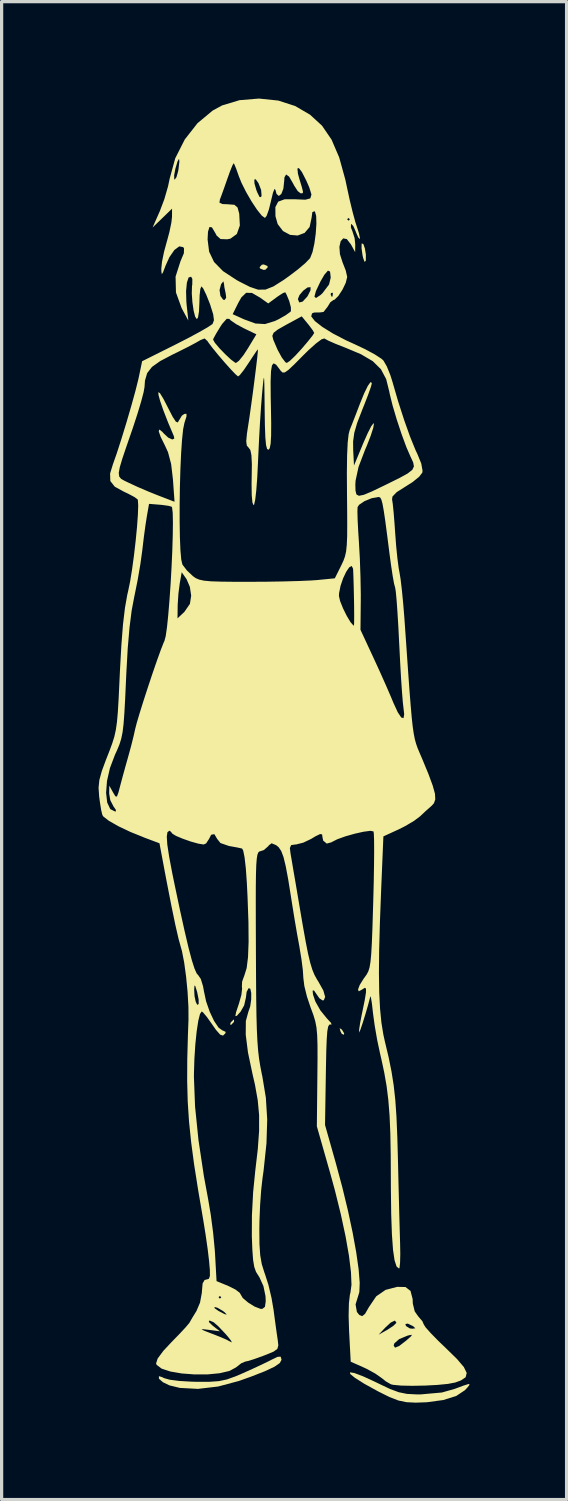
<source format=kicad_pcb>
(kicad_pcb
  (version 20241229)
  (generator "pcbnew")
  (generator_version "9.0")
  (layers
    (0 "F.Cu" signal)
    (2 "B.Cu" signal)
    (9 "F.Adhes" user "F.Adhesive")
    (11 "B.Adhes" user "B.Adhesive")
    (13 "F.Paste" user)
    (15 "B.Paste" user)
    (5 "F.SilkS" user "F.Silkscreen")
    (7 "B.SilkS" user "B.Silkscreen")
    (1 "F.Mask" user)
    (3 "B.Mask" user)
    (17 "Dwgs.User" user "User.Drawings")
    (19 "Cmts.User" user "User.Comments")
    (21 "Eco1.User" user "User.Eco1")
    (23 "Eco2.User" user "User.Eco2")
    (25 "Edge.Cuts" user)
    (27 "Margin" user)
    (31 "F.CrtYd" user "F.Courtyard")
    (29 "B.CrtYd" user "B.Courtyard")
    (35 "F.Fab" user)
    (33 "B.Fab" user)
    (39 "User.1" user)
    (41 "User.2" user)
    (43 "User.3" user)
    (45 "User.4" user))
  (footprint "lintilla"
    (layer "F.Cu")
    (at 5.745 19.696)
    (property "Reference" "lintilla" (at 0 0 0) (layer "F.SilkS") (effects (font (size 1.5 1.5) (thickness 0.3))))
    (attr board_only exclude_from_pos_files exclude_from_bom)
    (fp_poly (pts (xy 1.777 9.11) (xy 1.789 9.121) (xy 1.855 9.232) (xy 1.846 9.273) (xy 1.783 9.248) (xy 1.741 9.169) (xy 1.715 9.07)) (stroke (width 0) (type solid)) (fill yes) (layer "F.SilkS"))
    (fp_poly (pts (xy -1.551 8.86) (xy -1.566 8.89) (xy -1.646 8.971) (xy -1.661 8.975) (xy -1.667 8.92) (xy -1.651 8.89) (xy -1.571 8.809) (xy -1.556 8.805)) (stroke (width 0) (type solid)) (fill yes) (layer "F.SilkS"))
    (fp_poly (pts (xy -0.522 -14.517) (xy -0.508 -14.478) (xy -0.577 -14.403) (xy -0.635 -14.393) (xy -0.748 -14.439) (xy -0.762 -14.478) (xy -0.693 -14.553) (xy -0.635 -14.563)) (stroke (width 0) (type solid)) (fill yes) (layer "F.SilkS"))
    (fp_poly (pts (xy 2.452 -15.188) (xy 2.498 -15.052) (xy 2.527 -14.868) (xy 2.526 -14.698) (xy 2.522 -14.675) (xy 2.488 -14.64) (xy 2.444 -14.759) (xy 2.424 -14.846) (xy 2.393 -15.064) (xy 2.396 -15.201) (xy 2.403 -15.216)) (stroke (width 0) (type solid)) (fill yes) (layer "F.SilkS"))
    (fp_poly (pts (xy 2.173 19.743) (xy 2.449 19.848) (xy 2.866 20.041) (xy 2.92 20.068) (xy 3.274 20.236) (xy 3.546 20.337) (xy 3.798 20.388) (xy 4.095 20.404) (xy 4.21 20.405) (xy 4.88 20.345) (xy 5.27 20.235) (xy 5.558 20.128) (xy 5.707 20.082) (xy 5.739 20.101) (xy 5.672 20.188) (xy 5.593 20.273) (xy 5.326 20.451) (xy 4.923 20.578) (xy 4.409 20.647) (xy 4.067 20.659) (xy 3.785 20.645) (xy 3.534 20.593) (xy 3.254 20.484) (xy 2.907 20.311) (xy 2.477 20.074) (xy 2.189 19.892) (xy 2.042 19.772) (xy 2.037 19.72)) (stroke (width 0) (type solid)) (fill yes) (layer "F.SilkS"))
    (fp_poly (pts (xy -0.085 19.318) (xy -0.085 19.337) (xy -0.137 19.434) (xy -0.304 19.549) (xy -0.598 19.687) (xy -1.034 19.857) (xy -1.402 19.988) (xy -2.045 20.16) (xy -2.668 20.233) (xy -3.229 20.203) (xy -3.55 20.125) (xy -3.752 20.028) (xy -3.871 19.924) (xy -3.877 19.91) (xy -3.878 19.84) (xy -3.783 19.867) (xy -3.719 19.9) (xy -3.544 19.949) (xy -3.245 19.988) (xy -2.868 20.01) (xy -2.713 20.014) (xy -2.313 20.014) (xy -2.021 19.993) (xy -1.774 19.941) (xy -1.509 19.846) (xy -1.268 19.743) (xy -0.938 19.594) (xy -0.642 19.455) (xy -0.434 19.353) (xy -0.41 19.34) (xy -0.208 19.242) (xy -0.112 19.235)) (stroke (width 0) (type solid)) (fill yes) (layer "F.SilkS"))
    (fp_poly (pts (xy -0.183 -19.634) (xy 0.339 -19.465) (xy 0.799 -19.197) (xy 1.17 -18.857) (xy 1.466 -18.423) (xy 1.702 -17.873) (xy 1.892 -17.184) (xy 1.937 -16.972) (xy 2.025 -16.565) (xy 2.119 -16.177) (xy 2.204 -15.866) (xy 2.24 -15.756) (xy 2.312 -15.529) (xy 2.343 -15.379) (xy 2.339 -15.349) (xy 2.293 -15.396) (xy 2.222 -15.555) (xy 2.211 -15.588) (xy 2.136 -15.756) (xy 2.074 -15.815) (xy 2.067 -15.811) (xy 2.064 -15.708) (xy 2.11 -15.591) (xy 2.179 -15.375) (xy 2.198 -15.182) (xy 2.195 -14.944) (xy 2.065 -15.182) (xy 1.937 -15.347) (xy 1.827 -15.37) (xy 1.747 -15.281) (xy 1.708 -15.108) (xy 1.725 -14.878) (xy 1.808 -14.62) (xy 1.814 -14.606) (xy 1.904 -14.375) (xy 1.947 -14.184) (xy 1.947 -14.169) (xy 1.905 -13.995) (xy 1.803 -13.783) (xy 1.676 -13.589) (xy 1.559 -13.473) (xy 1.523 -13.462) (xy 1.428 -13.393) (xy 1.339 -13.249) (xy 1.217 -13.093) (xy 1.108 -13.078) (xy 0.924 -13.075) (xy 0.86 -13.048) (xy 0.836 -12.955) (xy 0.947 -12.812) (xy 1.176 -12.632) (xy 1.502 -12.429) (xy 1.905 -12.219) (xy 2.159 -12.103) (xy 2.505 -11.94) (xy 2.803 -11.779) (xy 3.011 -11.643) (xy 3.07 -11.589) (xy 3.175 -11.408) (xy 3.286 -11.133) (xy 3.349 -10.933) (xy 3.524 -10.329) (xy 3.711 -9.749) (xy 3.895 -9.232) (xy 4.062 -8.822) (xy 4.122 -8.694) (xy 4.241 -8.403) (xy 4.281 -8.177) (xy 4.273 -8.12) (xy 4.174 -7.991) (xy 3.971 -7.827) (xy 3.758 -7.692) (xy 3.482 -7.517) (xy 3.35 -7.381) (xy 3.337 -7.293) (xy 3.359 -7.154) (xy 3.386 -6.888) (xy 3.414 -6.538) (xy 3.433 -6.265) (xy 3.464 -5.853) (xy 3.503 -5.466) (xy 3.543 -5.16) (xy 3.566 -5.038) (xy 3.601 -4.825) (xy 3.641 -4.488) (xy 3.682 -4.07) (xy 3.719 -3.615) (xy 3.723 -3.556) (xy 3.784 -2.687) (xy 3.834 -1.969) (xy 3.876 -1.385) (xy 3.913 -0.918) (xy 3.945 -0.55) (xy 3.976 -0.265) (xy 4.008 -0.044) (xy 4.042 0.13) (xy 4.082 0.273) (xy 4.128 0.404) (xy 4.185 0.54) (xy 4.253 0.698) (xy 4.268 0.733) (xy 4.466 1.213) (xy 4.596 1.566) (xy 4.665 1.816) (xy 4.675 1.989) (xy 4.634 2.109) (xy 4.565 2.186) (xy 4.378 2.352) (xy 4.201 2.518) (xy 4.014 2.658) (xy 3.741 2.819) (xy 3.536 2.922) (xy 3.069 3.136) (xy 2.999 4.806) (xy 2.961 5.804) (xy 2.938 6.651) (xy 2.931 7.366) (xy 2.94 7.967) (xy 2.966 8.473) (xy 3.008 8.901) (xy 3.068 9.27) (xy 3.115 9.483) (xy 3.231 9.97) (xy 3.32 10.411) (xy 3.388 10.842) (xy 3.438 11.298) (xy 3.474 11.817) (xy 3.5 12.436) (xy 3.519 13.123) (xy 3.533 13.722) (xy 3.548 14.319) (xy 3.562 14.874) (xy 3.575 15.346) (xy 3.585 15.694) (xy 3.586 15.727) (xy 3.592 16.067) (xy 3.585 16.333) (xy 3.568 16.487) (xy 3.555 16.51) (xy 3.478 16.448) (xy 3.415 16.256) (xy 3.367 15.928) (xy 3.333 15.455) (xy 3.311 14.83) (xy 3.301 14.046) (xy 3.3 13.791) (xy 3.296 12.991) (xy 3.284 12.33) (xy 3.26 11.775) (xy 3.222 11.295) (xy 3.168 10.86) (xy 3.094 10.437) (xy 2.999 9.995) (xy 2.968 9.864) (xy 2.878 9.442) (xy 2.799 8.986) (xy 2.746 8.595) (xy 2.746 8.594) (xy 2.715 8.317) (xy 2.686 8.134) (xy 2.667 8.081) (xy 2.666 8.086) (xy 2.593 8.361) (xy 2.508 8.653) (xy 2.425 8.92) (xy 2.358 9.117) (xy 2.319 9.202) (xy 2.316 9.202) (xy 2.319 9.112) (xy 2.351 8.901) (xy 2.407 8.613) (xy 2.413 8.588) (xy 2.491 8.206) (xy 2.53 7.966) (xy 2.531 7.846) (xy 2.492 7.822) (xy 2.415 7.872) (xy 2.413 7.874) (xy 2.307 7.931) (xy 2.284 7.874) (xy 2.338 7.731) (xy 2.464 7.53) (xy 2.49 7.496) (xy 2.553 7.407) (xy 2.603 7.312) (xy 2.641 7.19) (xy 2.67 7.017) (xy 2.693 6.771) (xy 2.712 6.431) (xy 2.73 5.973) (xy 2.748 5.375) (xy 2.755 5.148) (xy 2.77 4.569) (xy 2.779 4.045) (xy 2.783 3.6) (xy 2.781 3.258) (xy 2.773 3.044) (xy 2.763 2.982) (xy 2.664 2.964) (xy 2.454 2.992) (xy 2.182 3.053) (xy 1.896 3.134) (xy 1.645 3.224) (xy 1.477 3.309) (xy 1.464 3.318) (xy 1.316 3.359) (xy 1.206 3.267) (xy 1.185 3.17) (xy 1.173 3.076) (xy 1.112 3.063) (xy 0.966 3.134) (xy 0.828 3.217) (xy 0.59 3.33) (xy 0.372 3.385) (xy 0.349 3.386) (xy 0.214 3.406) (xy 0.175 3.496) (xy 0.195 3.662) (xy 0.226 3.84) (xy 0.278 4.149) (xy 0.347 4.551) (xy 0.425 5.011) (xy 0.465 5.249) (xy 0.574 5.889) (xy 0.663 6.385) (xy 0.737 6.762) (xy 0.804 7.044) (xy 0.868 7.255) (xy 0.935 7.419) (xy 1.013 7.561) (xy 1.062 7.639) (xy 1.211 7.906) (xy 1.267 8.103) (xy 1.226 8.205) (xy 1.188 8.213) (xy 1.089 8.146) (xy 1.012 8.036) (xy 0.921 7.903) (xy 0.879 7.909) (xy 0.891 8.029) (xy 0.962 8.241) (xy 0.964 8.246) (xy 1.118 8.519) (xy 1.318 8.766) (xy 1.329 8.777) (xy 1.448 8.906) (xy 1.464 8.961) (xy 1.439 8.957) (xy 1.394 8.961) (xy 1.36 9.022) (xy 1.334 9.163) (xy 1.316 9.402) (xy 1.302 9.762) (xy 1.292 10.262) (xy 1.288 10.489) (xy 1.263 12.065) (xy 1.598 13.25) (xy 1.799 13.999) (xy 1.974 14.723) (xy 2.118 15.4) (xy 2.229 16.011) (xy 2.303 16.534) (xy 2.336 16.95) (xy 2.325 17.237) (xy 2.294 17.341) (xy 2.208 17.618) (xy 2.249 17.853) (xy 2.323 17.945) (xy 2.413 17.982) (xy 2.501 17.912) (xy 2.618 17.708) (xy 2.621 17.703) (xy 2.847 17.369) (xy 3.136 17.17) (xy 3.492 17.076) (xy 3.752 17.081) (xy 3.908 17.201) (xy 3.974 17.453) (xy 3.979 17.592) (xy 4.039 17.836) (xy 4.149 17.992) (xy 4.275 18.138) (xy 4.318 18.238) (xy 4.376 18.33) (xy 4.535 18.508) (xy 4.768 18.747) (xy 5.004 18.973) (xy 5.346 19.308) (xy 5.559 19.558) (xy 5.647 19.739) (xy 5.615 19.872) (xy 5.468 19.972) (xy 5.291 20.036) (xy 5.065 20.079) (xy 4.735 20.111) (xy 4.351 20.131) (xy 3.963 20.138) (xy 3.62 20.131) (xy 3.372 20.108) (xy 3.302 20.091) (xy 3.144 20) (xy 3.005 19.89) (xy 2.824 19.763) (xy 2.566 19.62) (xy 2.446 19.564) (xy 2.058 19.392) (xy 2.031 18.891) (xy 3.387 18.891) (xy 3.429 18.958) (xy 3.561 18.903) (xy 3.768 18.744) (xy 3.923 18.608) (xy 3.954 18.558) (xy 3.868 18.572) (xy 3.81 18.588) (xy 3.557 18.693) (xy 3.409 18.823) (xy 3.387 18.891) (xy 2.031 18.891) (xy 2.014 18.557) (xy 2.921 18.557) (xy 3.196 18.402) (xy 3.374 18.285) (xy 3.435 18.226) (xy 3.75 18.226) (xy 3.768 18.288) (xy 3.888 18.362) (xy 3.963 18.371) (xy 4.058 18.358) (xy 3.996 18.299) (xy 3.979 18.288) (xy 3.824 18.213) (xy 3.75 18.226) (xy 3.435 18.226) (xy 3.467 18.194) (xy 3.471 18.182) (xy 3.424 18.119) (xy 3.296 18.181) (xy 3.126 18.338) (xy 2.921 18.557) (xy 2.014 18.557) (xy 2.008 18.455) (xy 1.993 17.974) (xy 2.002 17.583) (xy 2.033 17.317) (xy 2.048 17.263) (xy 2.082 17.012) (xy 2.066 16.622) (xy 2.004 16.114) (xy 1.898 15.51) (xy 1.752 14.831) (xy 1.571 14.098) (xy 1.426 13.568) (xy 1.01 12.108) (xy 1.026 10.562) (xy 1.031 10.01) (xy 1.03 9.595) (xy 1.02 9.286) (xy 0.998 9.049) (xy 0.96 8.853) (xy 0.904 8.666) (xy 0.826 8.455) (xy 0.818 8.435) (xy 0.704 8.095) (xy 0.623 7.767) (xy 0.593 7.527) (xy 0.577 7.281) (xy 0.534 6.94) (xy 0.474 6.574) (xy 0.469 6.542) (xy 0.399 6.158) (xy 0.318 5.684) (xy 0.24 5.2) (xy 0.208 4.995) (xy 0.121 4.453) (xy 0.046 4.055) (xy -0.022 3.775) (xy -0.093 3.588) (xy -0.172 3.471) (xy -0.248 3.409) (xy -0.39 3.349) (xy -0.476 3.413) (xy -0.49 3.436) (xy -0.63 3.559) (xy -0.726 3.591) (xy -0.769 3.603) (xy -0.803 3.635) (xy -0.83 3.706) (xy -0.85 3.83) (xy -0.865 4.024) (xy -0.874 4.306) (xy -0.879 4.69) (xy -0.88 5.193) (xy -0.879 5.833) (xy -0.876 6.625) (xy -0.876 6.655) (xy -0.872 7.469) (xy -0.867 8.135) (xy -0.859 8.676) (xy -0.847 9.112) (xy -0.83 9.465) (xy -0.808 9.757) (xy -0.779 10.009) (xy -0.741 10.244) (xy -0.695 10.482) (xy -0.676 10.569) (xy -0.568 11.224) (xy -0.526 11.899) (xy -0.549 12.635) (xy -0.638 13.475) (xy -0.672 13.716) (xy -0.713 14.083) (xy -0.746 14.546) (xy -0.766 15.032) (xy -0.77 15.285) (xy -0.766 15.75) (xy -0.743 16.095) (xy -0.695 16.371) (xy -0.616 16.625) (xy -0.595 16.682) (xy -0.489 17.013) (xy -0.393 17.419) (xy -0.331 17.78) (xy -0.283 18.139) (xy -0.237 18.474) (xy -0.202 18.714) (xy -0.201 18.718) (xy -0.182 18.887) (xy -0.212 18.995) (xy -0.325 19.078) (xy -0.554 19.174) (xy -0.635 19.205) (xy -0.906 19.303) (xy -1.118 19.37) (xy -1.209 19.389) (xy -1.331 19.442) (xy -1.493 19.569) (xy -1.694 19.678) (xy -1.999 19.749) (xy -2.371 19.785) (xy -2.774 19.786) (xy -3.17 19.756) (xy -3.521 19.696) (xy -3.792 19.607) (xy -3.946 19.492) (xy -3.965 19.446) (xy -3.917 19.295) (xy -3.74 19.056) (xy -3.485 18.783) (xy -3.246 18.538) (xy -3.11 18.392) (xy -2.559 18.392) (xy -2.471 18.435) (xy -2.234 18.527) (xy -2.21 18.535) (xy -1.955 18.636) (xy -1.771 18.717) (xy -1.71 18.752) (xy -1.621 18.796) (xy -1.645 18.741) (xy -1.755 18.602) (xy -1.826 18.522) (xy -2.041 18.294) (xy -2.184 18.171) (xy -2.29 18.125) (xy -2.328 18.122) (xy -2.33 18.165) (xy -2.221 18.271) (xy -2.201 18.287) (xy -1.99 18.451) (xy -2.328 18.407) (xy -2.509 18.386) (xy -2.559 18.392) (xy -3.11 18.392) (xy -3.054 18.332) (xy -2.941 18.198) (xy -2.926 18.175) (xy -2.849 18.04) (xy -2.728 17.843) (xy -2.715 17.822) (xy -2.678 17.735) (xy -2.156 17.735) (xy -2.039 17.818) (xy -2.032 17.822) (xy -1.844 17.92) (xy -1.777 17.934) (xy -1.843 17.864) (xy -1.9 17.82) (xy -2.062 17.724) (xy -2.154 17.698) (xy -2.156 17.735) (xy -2.678 17.735) (xy -2.605 17.563) (xy -2.575 17.399) (xy -2.032 17.399) (xy -1.99 17.441) (xy -1.947 17.399) (xy -1.99 17.357) (xy -2.032 17.399) (xy -2.575 17.399) (xy -2.548 17.255) (xy -2.546 17.209) (xy -2.525 16.969) (xy -2.463 16.863) (xy -2.403 16.849) (xy -2.332 16.827) (xy -2.299 16.739) (xy -2.301 16.549) (xy -2.325 16.277) (xy -2.369 15.905) (xy -2.433 15.458) (xy -2.502 15.026) (xy -2.509 14.986) (xy -2.665 14.07) (xy -2.789 13.283) (xy -2.881 12.59) (xy -2.946 11.954) (xy -2.986 11.339) (xy -3.003 10.709) (xy -3 10.028) (xy -2.979 9.26) (xy -2.962 8.805) (xy -2.964 8.416) (xy -2.99 7.956) (xy -2.996 7.888) (xy -2.786 7.888) (xy -2.775 8.083) (xy -2.738 8.253) (xy -2.691 8.349) (xy -2.648 8.325) (xy -2.647 8.322) (xy -2.648 8.182) (xy -2.691 7.968) (xy -2.697 7.945) (xy -2.751 7.769) (xy -2.776 7.748) (xy -2.786 7.871) (xy -2.786 7.888) (xy -2.996 7.888) (xy -3.036 7.479) (xy -3.096 7.037) (xy -3.164 6.686) (xy -3.199 6.562) (xy -3.272 6.296) (xy -3.371 5.865) (xy -3.494 5.269) (xy -3.642 4.51) (xy -3.71 4.151) (xy -3.86 3.349) (xy -4.322 3.176) (xy -4.406 3.141) (xy -3.634 3.141) (xy -3.618 3.387) (xy -3.562 3.757) (xy -3.466 4.267) (xy -3.394 4.618) (xy -3.224 5.424) (xy -3.08 6.076) (xy -2.96 6.585) (xy -2.86 6.964) (xy -2.777 7.224) (xy -2.709 7.377) (xy -2.661 7.432) (xy -2.581 7.549) (xy -2.512 7.774) (xy -2.486 7.919) (xy -2.418 8.238) (xy -2.306 8.561) (xy -2.171 8.847) (xy -2.031 9.055) (xy -1.908 9.143) (xy -1.899 9.144) (xy -1.812 9.185) (xy -1.82 9.229) (xy -1.893 9.301) (xy -1.982 9.271) (xy -2.112 9.123) (xy -2.244 8.934) (xy -2.394 8.723) (xy -2.511 8.584) (xy -2.552 8.553) (xy -2.606 8.631) (xy -2.66 8.847) (xy -2.709 9.169) (xy -2.75 9.568) (xy -2.779 10.011) (xy -2.793 10.468) (xy -2.794 10.583) (xy -2.759 11.494) (xy -2.654 12.528) (xy -2.485 13.654) (xy -2.356 14.351) (xy -2.273 14.843) (xy -2.2 15.399) (xy -2.15 15.921) (xy -2.141 16.048) (xy -2.094 16.898) (xy -1.724 17.051) (xy -1.506 17.16) (xy -1.373 17.263) (xy -1.353 17.302) (xy -1.284 17.419) (xy -1.117 17.561) (xy -0.915 17.687) (xy -0.735 17.756) (xy -0.677 17.758) (xy -0.596 17.693) (xy -0.572 17.518) (xy -0.579 17.362) (xy -0.644 17.05) (xy -0.769 16.775) (xy -0.79 16.744) (xy -0.872 16.614) (xy -0.927 16.459) (xy -0.963 16.242) (xy -0.986 15.927) (xy -1.002 15.506) (xy -0.999 14.856) (xy -0.962 14.148) (xy -0.896 13.487) (xy -0.817 12.808) (xy -0.777 12.248) (xy -0.777 11.762) (xy -0.819 11.303) (xy -0.904 10.825) (xy -0.979 10.499) (xy -1.121 9.825) (xy -1.191 9.271) (xy -1.187 8.848) (xy -1.112 8.572) (xy -1.052 8.398) (xy -1.022 8.184) (xy -1.02 7.984) (xy -1.049 7.851) (xy -1.101 7.832) (xy -1.163 7.947) (xy -1.185 8.124) (xy -1.24 8.367) (xy -1.352 8.563) (xy -1.467 8.689) (xy -1.512 8.697) (xy -1.489 8.574) (xy -1.4 8.307) (xy -1.396 8.294) (xy -1.326 8.044) (xy -1.303 7.845) (xy -1.31 7.796) (xy -1.303 7.631) (xy -1.227 7.421) (xy -1.227 7.42) (xy -1.162 7.211) (xy -1.12 6.873) (xy -1.102 6.399) (xy -1.107 5.779) (xy -1.135 5.004) (xy -1.156 4.577) (xy -1.188 4.125) (xy -1.227 3.783) (xy -1.27 3.572) (xy -1.305 3.512) (xy -1.445 3.481) (xy -1.669 3.44) (xy -1.71 3.433) (xy -1.973 3.342) (xy -2.075 3.214) (xy -2.162 3.067) (xy -2.26 3.085) (xy -2.328 3.217) (xy -2.418 3.355) (xy -2.494 3.387) (xy -2.66 3.36) (xy -2.893 3.295) (xy -3.14 3.208) (xy -3.348 3.121) (xy -3.463 3.051) (xy -3.471 3.035) (xy -3.536 2.965) (xy -3.556 2.963) (xy -3.613 3.005) (xy -3.634 3.141) (xy -4.406 3.141) (xy -4.756 3) (xy -5.133 2.821) (xy -5.423 2.656) (xy -5.596 2.522) (xy -5.627 2.475) (xy -5.663 2.327) (xy -5.703 2.078) (xy -5.727 1.9) (xy -5.734 1.787) (xy -5.512 1.787) (xy -5.478 2.088) (xy -5.382 2.292) (xy -5.225 2.371) (xy -5.219 2.371) (xy -5.206 2.32) (xy -5.279 2.216) (xy -5.382 2.017) (xy -5.416 1.814) (xy -5.413 1.566) (xy -5.297 1.775) (xy -5.225 1.895) (xy -5.177 1.904) (xy -5.131 1.782) (xy -5.085 1.606) (xy -5.008 1.316) (xy -4.908 0.953) (xy -4.83 0.677) (xy -4.738 0.341) (xy -4.659 0.025) (xy -4.616 -0.169) (xy -4.567 -0.362) (xy -4.476 -0.67) (xy -4.355 -1.057) (xy -4.216 -1.485) (xy -4.072 -1.917) (xy -3.934 -2.316) (xy -3.816 -2.643) (xy -3.73 -2.863) (xy -3.706 -2.914) (xy -3.667 -3.061) (xy -3.627 -3.34) (xy -3.599 -3.611) (xy -3.302 -3.611) (xy -3.09 -3.81) (xy -2.918 -4.06) (xy -2.88 -4.306) (xy 1.693 -4.306) (xy 1.729 -4.148) (xy 1.818 -3.925) (xy 1.934 -3.69) (xy 2.051 -3.494) (xy 2.141 -3.392) (xy 2.157 -3.387) (xy 2.163 -3.465) (xy 2.165 -3.677) (xy 2.163 -3.985) (xy 2.159 -4.212) (xy 2.151 -4.578) (xy 2.142 -4.886) (xy 2.134 -5.093) (xy 2.13 -5.148) (xy 2.088 -5.233) (xy 2.011 -5.189) (xy 1.917 -5.05) (xy 1.822 -4.849) (xy 1.743 -4.618) (xy 1.698 -4.392) (xy 1.693 -4.306) (xy -2.88 -4.306) (xy -2.879 -4.314) (xy -2.92 -4.586) (xy -3.021 -4.822) (xy -3.025 -4.828) (xy -3.172 -5.038) (xy -3.232 -4.699) (xy -3.273 -4.383) (xy -3.296 -4.04) (xy -3.297 -3.986) (xy -3.302 -3.611) (xy -3.599 -3.611) (xy -3.588 -3.723) (xy -3.55 -4.181) (xy -3.515 -4.685) (xy -3.486 -5.205) (xy -3.463 -5.713) (xy -3.449 -6.18) (xy -3.444 -6.576) (xy -3.45 -6.873) (xy -3.47 -7.041) (xy -3.481 -7.065) (xy -3.579 -7.093) (xy -3.782 -7.121) (xy -3.849 -7.127) (xy -4.183 -7.154) (xy -4.25 -6.773) (xy -4.293 -6.498) (xy -4.343 -6.13) (xy -4.389 -5.745) (xy -4.392 -5.715) (xy -4.45 -5.297) (xy -4.533 -4.809) (xy -4.626 -4.346) (xy -4.641 -4.276) (xy -4.721 -3.852) (xy -4.787 -3.33) (xy -4.842 -2.69) (xy -4.886 -1.907) (xy -4.894 -1.736) (xy -4.921 -1.141) (xy -4.946 -0.687) (xy -4.971 -0.346) (xy -5.002 -0.088) (xy -5.043 0.114) (xy -5.098 0.289) (xy -5.171 0.466) (xy -5.238 0.612) (xy -5.392 1.019) (xy -5.484 1.421) (xy -5.512 1.787) (xy -5.734 1.787) (xy -5.745 1.635) (xy -5.721 1.394) (xy -5.645 1.116) (xy -5.523 0.785) (xy -5.409 0.494) (xy -5.322 0.259) (xy -5.257 0.051) (xy -5.21 -0.162) (xy -5.175 -0.409) (xy -5.148 -0.719) (xy -5.124 -1.123) (xy -5.099 -1.65) (xy -5.083 -1.992) (xy -5.039 -2.781) (xy -4.989 -3.422) (xy -4.928 -3.935) (xy -4.857 -4.339) (xy -4.832 -4.445) (xy -4.77 -4.743) (xy -4.708 -5.126) (xy -4.649 -5.559) (xy -4.597 -6.009) (xy -4.555 -6.44) (xy -4.528 -6.817) (xy -4.518 -7.106) (xy -4.529 -7.272) (xy -4.536 -7.292) (xy -4.633 -7.364) (xy -4.832 -7.47) (xy -4.958 -7.529) (xy -5.243 -7.685) (xy -5.381 -7.86) (xy -5.388 -8.094) (xy -5.382 -8.113) (xy -5.12 -8.113) (xy -5.107 -8.002) (xy -5.05 -7.93) (xy -4.951 -7.873) (xy -4.812 -7.806) (xy -4.812 -7.806) (xy -4.527 -7.674) (xy -4.173 -7.523) (xy -3.919 -7.421) (xy -3.394 -7.219) (xy -3.443 -7.906) (xy -3.499 -8.386) (xy -3.596 -8.753) (xy -3.693 -8.964) (xy -3.824 -9.229) (xy -3.883 -9.398) (xy -3.866 -9.456) (xy -3.773 -9.384) (xy -3.73 -9.335) (xy -3.588 -9.203) (xy -3.464 -9.146) (xy -3.401 -9.174) (xy -3.415 -9.25) (xy -3.598 -9.683) (xy -3.74 -10.049) (xy -3.839 -10.335) (xy -3.891 -10.527) (xy -3.894 -10.613) (xy -3.845 -10.578) (xy -3.741 -10.41) (xy -3.599 -10.134) (xy -3.451 -9.847) (xy -3.354 -9.699) (xy -3.293 -9.673) (xy -3.264 -9.724) (xy -3.167 -9.883) (xy -3.093 -9.936) (xy -3.025 -9.942) (xy -3.024 -9.861) (xy -3.088 -9.659) (xy -3.128 -9.463) (xy -3.162 -9.137) (xy -3.191 -8.71) (xy -3.213 -8.213) (xy -3.228 -7.676) (xy -3.236 -7.128) (xy -3.236 -6.599) (xy -3.228 -6.12) (xy -3.212 -5.72) (xy -3.186 -5.429) (xy -3.151 -5.277) (xy -3.151 -5.277) (xy -3.01 -5.092) (xy -2.825 -4.917) (xy -2.735 -4.854) (xy -2.628 -4.809) (xy -2.479 -4.777) (xy -2.262 -4.757) (xy -1.949 -4.747) (xy -1.514 -4.742) (xy -1.068 -4.742) (xy -0.529 -4.745) (xy -0.006 -4.754) (xy 0.461 -4.767) (xy 0.83 -4.783) (xy 1.016 -4.796) (xy 1.566 -4.85) (xy 1.765 -5.249) (xy 1.831 -5.39) (xy 1.88 -5.525) (xy 1.915 -5.681) (xy 1.936 -5.884) (xy 1.948 -6.162) (xy 1.95 -6.539) (xy 1.948 -6.918) (xy 2.265 -6.918) (xy 2.272 -6.655) (xy 2.29 -6.304) (xy 2.311 -5.979) (xy 2.34 -5.467) (xy 2.36 -4.895) (xy 2.37 -4.355) (xy 2.369 -4.148) (xy 2.36 -3.257) (xy 2.772 -2.37) (xy 2.962 -1.956) (xy 3.147 -1.541) (xy 3.302 -1.183) (xy 3.38 -0.995) (xy 3.514 -0.704) (xy 3.621 -0.544) (xy 3.692 -0.522) (xy 3.713 -0.643) (xy 3.692 -0.826) (xy 3.671 -1.008) (xy 3.645 -1.328) (xy 3.616 -1.752) (xy 3.588 -2.249) (xy 3.561 -2.785) (xy 3.559 -2.814) (xy 3.533 -3.332) (xy 3.505 -3.793) (xy 3.478 -4.17) (xy 3.453 -4.436) (xy 3.433 -4.564) (xy 3.431 -4.569) (xy 3.4 -4.682) (xy 3.356 -4.927) (xy 3.305 -5.264) (xy 3.259 -5.607) (xy 3.184 -6.195) (xy 3.126 -6.635) (xy 3.079 -6.95) (xy 3.041 -7.159) (xy 3.007 -7.284) (xy 2.973 -7.346) (xy 2.935 -7.365) (xy 2.922 -7.366) (xy 2.707 -7.329) (xy 2.483 -7.237) (xy 2.316 -7.124) (xy 2.27 -7.052) (xy 2.265 -6.918) (xy 1.948 -6.918) (xy 1.947 -7.044) (xy 1.943 -7.418) (xy 1.939 -8.113) (xy 1.946 -8.652) (xy 1.964 -9.047) (xy 1.994 -9.312) (xy 2.027 -9.44) (xy 2.112 -9.653) (xy 2.229 -9.954) (xy 2.34 -10.245) (xy 2.474 -10.573) (xy 2.587 -10.804) (xy 2.669 -10.92) (xy 2.708 -10.9) (xy 2.709 -10.872) (xy 2.679 -10.762) (xy 2.598 -10.534) (xy 2.48 -10.229) (xy 2.409 -10.052) (xy 2.256 -9.655) (xy 2.168 -9.352) (xy 2.132 -9.086) (xy 2.134 -8.827) (xy 2.159 -8.34) (xy 2.455 -9.052) (xy 2.586 -9.347) (xy 2.692 -9.554) (xy 2.761 -9.646) (xy 2.777 -9.636) (xy 2.755 -9.505) (xy 2.677 -9.263) (xy 2.557 -8.955) (xy 2.501 -8.825) (xy 2.299 -8.294) (xy 2.208 -7.871) (xy 2.201 -7.749) (xy 2.206 -7.561) (xy 2.235 -7.445) (xy 2.313 -7.403) (xy 2.466 -7.435) (xy 2.717 -7.54) (xy 3.091 -7.72) (xy 3.175 -7.761) (xy 3.564 -7.953) (xy 3.82 -8.094) (xy 3.963 -8.206) (xy 4.014 -8.313) (xy 3.991 -8.436) (xy 3.916 -8.6) (xy 3.912 -8.607) (xy 3.78 -8.91) (xy 3.63 -9.318) (xy 3.481 -9.768) (xy 3.353 -10.201) (xy 3.265 -10.556) (xy 3.252 -10.626) (xy 3.155 -11.015) (xy 2.993 -11.32) (xy 2.742 -11.568) (xy 2.374 -11.785) (xy 1.89 -11.988) (xy 1.597 -12.103) (xy 1.366 -12.204) (xy 1.245 -12.27) (xy 1.241 -12.273) (xy 1.156 -12.246) (xy 0.984 -12.118) (xy 0.753 -11.911) (xy 0.577 -11.738) (xy 0.307 -11.465) (xy 0.129 -11.298) (xy 0.017 -11.221) (xy -0.056 -11.22) (xy -0.115 -11.28) (xy -0.146 -11.324) (xy -0.25 -11.46) (xy -0.327 -11.503) (xy -0.379 -11.439) (xy -0.409 -11.256) (xy -0.421 -10.938) (xy -0.418 -10.471) (xy -0.412 -10.188) (xy -0.403 -9.655) (xy -0.405 -9.271) (xy -0.42 -9.018) (xy -0.448 -8.876) (xy -0.487 -8.827) (xy -0.53 -8.852) (xy -0.562 -8.974) (xy -0.584 -9.211) (xy -0.598 -9.581) (xy -0.605 -10.047) (xy -0.61 -10.529) (xy -0.615 -10.851) (xy -0.621 -11.024) (xy -0.631 -11.058) (xy -0.646 -10.962) (xy -0.668 -10.747) (xy -0.687 -10.541) (xy -0.716 -10.174) (xy -0.748 -9.692) (xy -0.778 -9.152) (xy -0.804 -8.607) (xy -0.811 -8.445) (xy -0.835 -7.962) (xy -0.865 -7.565) (xy -0.898 -7.28) (xy -0.932 -7.129) (xy -0.947 -7.112) (xy -0.983 -7.192) (xy -1.005 -7.418) (xy -1.01 -7.764) (xy -1.007 -7.965) (xy -1.001 -8.384) (xy -1.015 -8.66) (xy -1.048 -8.821) (xy -1.099 -8.889) (xy -1.158 -8.958) (xy -1.175 -9.093) (xy -1.153 -9.332) (xy -1.121 -9.539) (xy -1.076 -9.832) (xy -1.025 -10.195) (xy -0.97 -10.595) (xy -0.918 -10.998) (xy -0.872 -11.367) (xy -0.836 -11.67) (xy -0.816 -11.872) (xy -0.815 -11.938) (xy -0.864 -11.873) (xy -0.977 -11.704) (xy -1.101 -11.515) (xy -1.254 -11.29) (xy -1.374 -11.139) (xy -1.427 -11.097) (xy -1.503 -11.16) (xy -1.654 -11.318) (xy -1.846 -11.533) (xy -2.048 -11.769) (xy -2.227 -11.989) (xy -2.352 -12.155) (xy -2.375 -12.192) (xy -2.423 -12.236) (xy -2.201 -12.236) (xy -2.145 -12.137) (xy -2.005 -11.971) (xy -1.824 -11.784) (xy -1.648 -11.62) (xy -1.52 -11.524) (xy -1.492 -11.515) (xy -1.401 -11.582) (xy -1.26 -11.757) (xy -1.129 -11.958) (xy -0.89 -12.353) (xy -0.368 -12.353) (xy -0.339 -12.236) (xy -0.337 -12.229) (xy -0.207 -11.926) (xy -0.075 -11.683) (xy 0.036 -11.538) (xy 0.08 -11.515) (xy 0.17 -11.574) (xy 0.334 -11.73) (xy 0.536 -11.949) (xy 0.544 -11.958) (xy 0.736 -12.184) (xy 0.874 -12.358) (xy 0.928 -12.443) (xy 0.928 -12.445) (xy 0.878 -12.533) (xy 0.758 -12.693) (xy 0.734 -12.722) (xy 0.542 -12.956) (xy 0.063 -12.697) (xy -0.195 -12.551) (xy -0.329 -12.447) (xy -0.368 -12.353) (xy -0.89 -12.353) (xy -0.862 -12.401) (xy -1.248 -12.587) (xy -1.484 -12.714) (xy -1.653 -12.83) (xy -1.697 -12.876) (xy -1.778 -12.882) (xy -1.915 -12.729) (xy -1.981 -12.629) (xy -2.109 -12.418) (xy -2.189 -12.271) (xy -2.201 -12.236) (xy -2.423 -12.236) (xy -2.464 -12.273) (xy -2.594 -12.221) (xy -2.601 -12.216) (xy -2.743 -12.135) (xy -2.993 -12.003) (xy -3.308 -11.845) (xy -3.451 -11.776) (xy -3.839 -11.572) (xy -4.093 -11.391) (xy -4.241 -11.2) (xy -4.309 -10.968) (xy -4.323 -10.768) (xy -4.352 -10.606) (xy -4.427 -10.321) (xy -4.538 -9.951) (xy -4.674 -9.534) (xy -4.706 -9.44) (xy -4.883 -8.928) (xy -5.01 -8.552) (xy -5.088 -8.289) (xy -5.12 -8.113) (xy -5.382 -8.113) (xy -5.302 -8.376) (xy -5.181 -8.719) (xy -5.037 -9.166) (xy -4.883 -9.668) (xy -4.735 -10.175) (xy -4.607 -10.637) (xy -4.515 -11.005) (xy -4.495 -11.097) (xy -4.397 -11.568) (xy -3.354 -12.089) (xy -2.965 -12.288) (xy -2.627 -12.47) (xy -2.371 -12.617) (xy -2.229 -12.712) (xy -2.215 -12.726) (xy -2.174 -12.837) (xy -2.198 -13.022) (xy -2.199 -13.024) (xy -1.595 -13.024) (xy -1.242 -12.864) (xy -0.89 -12.735) (xy -0.596 -12.718) (xy -0.291 -12.811) (xy -0.172 -12.868) (xy 0.042 -12.989) (xy 0.184 -13.091) (xy 0.207 -13.116) (xy 0.207 -13.234) (xy 0.155 -13.431) (xy 0.13 -13.491) (xy 0.423 -13.491) (xy 0.465 -13.386) (xy 0.57 -13.413) (xy 0.708 -13.561) (xy 0.712 -13.566) (xy 0.935 -13.566) (xy 0.983 -13.524) (xy 1.124 -13.617) (xy 1.139 -13.631) (xy 1.439 -13.631) (xy 1.47 -13.562) (xy 1.496 -13.575) (xy 1.506 -13.675) (xy 1.496 -13.688) (xy 1.445 -13.676) (xy 1.439 -13.631) (xy 1.139 -13.631) (xy 1.185 -13.674) (xy 1.388 -13.943) (xy 1.439 -14.155) (xy 1.419 -14.342) (xy 1.354 -14.372) (xy 1.242 -14.243) (xy 1.121 -14.034) (xy 0.981 -13.738) (xy 0.935 -13.566) (xy 0.712 -13.566) (xy 0.729 -13.592) (xy 0.812 -13.758) (xy 0.817 -13.859) (xy 0.816 -13.859) (xy 0.724 -13.852) (xy 0.591 -13.754) (xy 0.473 -13.616) (xy 0.423 -13.491) (xy 0.13 -13.491) (xy 0.071 -13.633) (xy 0.032 -13.702) (xy -0.04 -13.676) (xy -0.195 -13.576) (xy -0.24 -13.543) (xy -0.494 -13.356) (xy -0.747 -13.536) (xy -0.997 -13.681) (xy -1.177 -13.686) (xy -1.327 -13.542) (xy -1.423 -13.37) (xy -1.595 -13.024) (xy -2.199 -13.024) (xy -2.291 -13.318) (xy -2.308 -13.364) (xy -2.414 -13.629) (xy -2.483 -13.771) (xy -2.001 -13.771) (xy -1.974 -13.589) (xy -1.891 -13.474) (xy -1.847 -13.462) (xy -1.796 -13.53) (xy -1.809 -13.652) (xy -1.852 -13.861) (xy -1.864 -13.97) (xy -1.884 -14.04) (xy -1.947 -13.96) (xy -1.955 -13.947) (xy -2.001 -13.771) (xy -2.483 -13.771) (xy -2.505 -13.817) (xy -2.561 -13.885) (xy -2.595 -13.808) (xy -2.618 -13.608) (xy -2.625 -13.377) (xy -2.637 -13.109) (xy -2.667 -12.925) (xy -2.703 -12.869) (xy -2.756 -12.945) (xy -2.804 -13.138) (xy -2.841 -13.394) (xy -2.86 -13.662) (xy -2.854 -13.888) (xy -2.845 -13.947) (xy -2.843 -14.114) (xy -2.881 -14.183) (xy -2.959 -14.159) (xy -3.012 -13.999) (xy -3.037 -13.736) (xy -3.028 -13.405) (xy -3.019 -13.307) (xy -2.967 -12.827) (xy -3.173 -13.208) (xy -3.35 -13.696) (xy -3.362 -14.187) (xy -3.21 -14.661) (xy -3.105 -14.91) (xy -3.1 -15.058) (xy -3.127 -15.099) (xy -3.248 -15.122) (xy -3.399 -15.01) (xy -3.553 -14.788) (xy -3.674 -14.52) (xy -3.751 -14.317) (xy -3.788 -14.262) (xy -3.801 -14.345) (xy -3.803 -14.436) (xy -3.781 -14.649) (xy -3.719 -14.953) (xy -3.641 -15.24) (xy -3.614 -15.337) (xy -2.371 -15.337) (xy -2.324 -14.959) (xy -2.172 -14.64) (xy -1.894 -14.356) (xy -1.47 -14.078) (xy -1.396 -14.037) (xy -1.062 -13.868) (xy -0.806 -13.782) (xy -0.579 -13.785) (xy -0.335 -13.882) (xy -0.026 -14.077) (xy 0.145 -14.198) (xy 0.421 -14.407) (xy 0.652 -14.603) (xy 0.793 -14.749) (xy 0.804 -14.765) (xy 0.875 -14.944) (xy 0.934 -15.213) (xy 0.976 -15.523) (xy 0.996 -15.823) (xy 0.992 -15.96) (xy 1.947 -15.96) (xy 1.99 -15.917) (xy 2.032 -15.96) (xy 1.99 -16.002) (xy 1.947 -15.96) (xy 0.992 -15.96) (xy 0.989 -16.065) (xy 0.951 -16.199) (xy 0.941 -16.208) (xy 0.871 -16.184) (xy 0.847 -16.007) (xy 0.786 -15.721) (xy 0.631 -15.539) (xy 0.417 -15.458) (xy 0.182 -15.478) (xy -0.037 -15.596) (xy -0.202 -15.811) (xy -0.271 -16.056) (xy -0.274 -16.337) (xy -0.186 -16.506) (xy 0.015 -16.58) (xy 0.352 -16.579) (xy 0.367 -16.578) (xy 0.655 -16.566) (xy 0.808 -16.607) (xy 0.843 -16.727) (xy 0.773 -16.953) (xy 0.684 -17.156) (xy 0.549 -17.42) (xy 0.453 -17.546) (xy 0.408 -17.53) (xy 0.425 -17.371) (xy 0.468 -17.212) (xy 0.546 -16.955) (xy 0.58 -16.821) (xy 0.575 -16.77) (xy 0.533 -16.763) (xy 0.507 -16.764) (xy 0.418 -16.833) (xy 0.307 -17.005) (xy 0.279 -17.06) (xy 0.152 -17.28) (xy 0.059 -17.347) (xy 0.007 -17.258) (xy 0 -17.152) (xy -0.026 -16.908) (xy -0.089 -16.744) (xy -0.167 -16.682) (xy -0.238 -16.746) (xy -0.271 -16.87) (xy -0.3 -16.901) (xy -0.348 -16.782) (xy -0.408 -16.533) (xy -0.408 -16.531) (xy -0.475 -16.259) (xy -0.544 -16.068) (xy -0.595 -16.002) (xy -0.693 -16.072) (xy -0.84 -16.255) (xy -1.011 -16.513) (xy -1.18 -16.805) (xy -1.324 -17.092) (xy -1.362 -17.188) (xy -0.926 -17.188) (xy -0.92 -17.066) (xy -0.861 -16.862) (xy -0.833 -16.791) (xy -0.76 -16.645) (xy -0.715 -16.653) (xy -0.701 -16.696) (xy -0.715 -16.868) (xy -0.796 -17.077) (xy -0.883 -17.2) (xy -0.926 -17.188) (xy -1.362 -17.188) (xy -1.404 -17.292) (xy -1.485 -17.522) (xy -1.546 -17.668) (xy -1.565 -17.695) (xy -1.605 -17.622) (xy -1.681 -17.432) (xy -1.761 -17.209) (xy -1.862 -16.921) (xy -1.948 -16.683) (xy -1.99 -16.573) (xy -2.004 -16.474) (xy -1.913 -16.432) (xy -1.749 -16.425) (xy -1.543 -16.409) (xy -1.444 -16.325) (xy -1.392 -16.134) (xy -1.373 -15.768) (xy -1.466 -15.505) (xy -1.664 -15.361) (xy -1.763 -15.341) (xy -1.97 -15.349) (xy -2.09 -15.455) (xy -2.13 -15.531) (xy -2.236 -15.709) (xy -2.313 -15.723) (xy -2.359 -15.574) (xy -2.371 -15.337) (xy -3.614 -15.337) (xy -3.553 -15.564) (xy -3.492 -15.858) (xy -3.472 -16.04) (xy -3.471 -16.289) (xy -3.772 -15.997) (xy -4.073 -15.706) (xy -3.849 -16.213) (xy -3.71 -16.581) (xy -3.594 -16.983) (xy -3.545 -17.217) (xy -3.517 -17.319) (xy -3.406 -17.319) (xy -3.402 -17.199) (xy -3.389 -17.187) (xy -3.335 -17.262) (xy -3.283 -17.446) (xy -3.273 -17.5) (xy -3.244 -17.747) (xy -3.255 -17.832) (xy -3.3 -17.753) (xy -3.367 -17.529) (xy -3.406 -17.319) (xy -3.517 -17.319) (xy -3.372 -17.848) (xy -3.077 -18.431) (xy -2.683 -18.934) (xy -2.215 -19.324) (xy -1.924 -19.483) (xy -1.383 -19.646) (xy -0.781 -19.696)) (stroke (width 0) (type solid)) (fill yes) (layer "F.SilkS")))
  (gr_rect
    (start -3 -3)
    (end 14.483 43.354)
    (stroke (width 0.1) (type default))
    (fill no)
    (layer "Edge.Cuts")))
</source>
